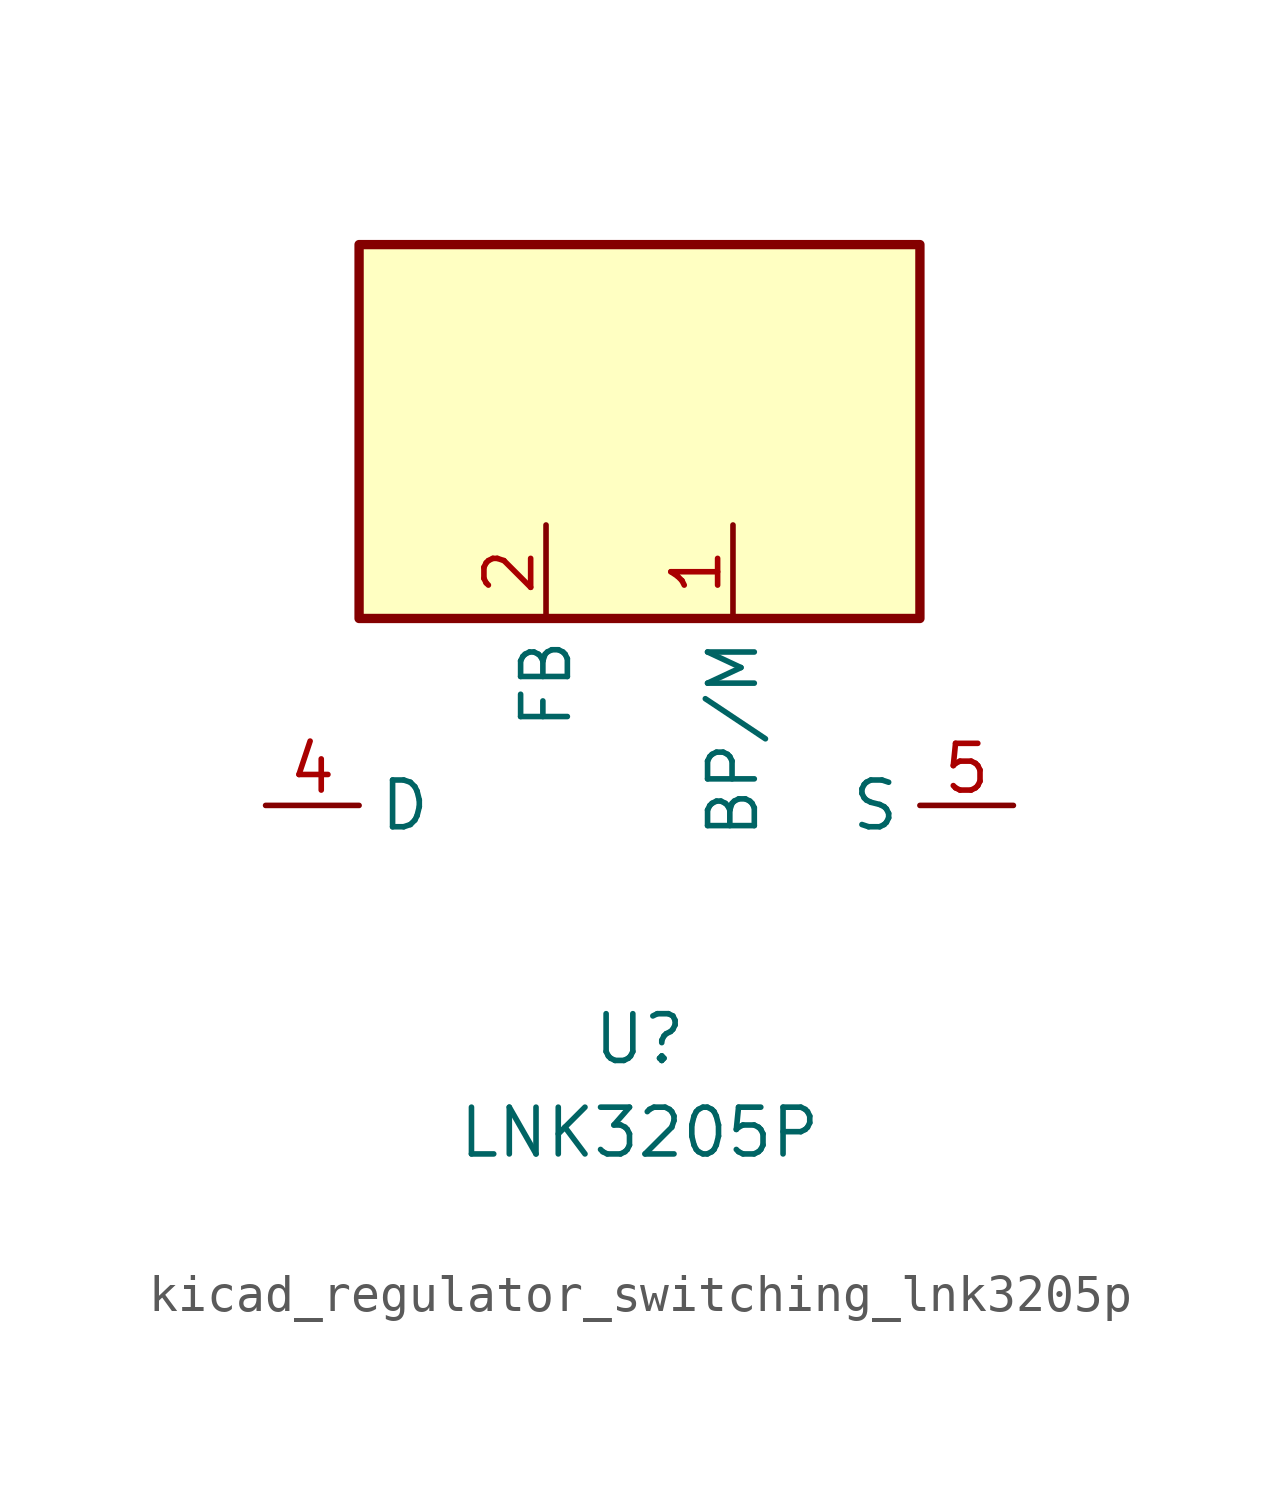
<source format=kicad_sym>
(kicad_symbol_lib
  (version 20220914)
  (generator kicad_symbol_editor)
  (symbol "kicad_regulator_switching_lnk3205p"
    (property "Reference" "U"
      (at 0 -6.35 0)
      (effects (font (size 1.27 1.27))))
    (property "Value" "LNK3205P"
      (at 0 -8.89 0)
      (effects (font (size 1.27 1.27))))
    (symbol "kicad_regulator_switching_lnk3205p_0_1"
      (rectangle (start 7.62 15.24) (end -7.62 5.08) (stroke (width 0.254) (type default)) (fill (type background))))
    (symbol "kicad_regulator_switching_lnk3205p_1_1"
      (pin input line (at 2.54 7.62 270) (length 2.54) (name "BP/M" (effects (font (size 1.27 1.27)))) (number "1" (effects (font (size 1.27 1.27)))))
      (pin input line (at -2.54 7.62 270) (length 2.54) (name "FB" (effects (font (size 1.27 1.27)))) (number "2" (effects (font (size 1.27 1.27)))))
      (pin open_collector line (at -10.16 0 0) (length 2.54) (name "D" (effects (font (size 1.27 1.27)))) (number "4" (effects (font (size 1.27 1.27)))))
      (pin power_in line (at 10.16 0 180) (length 2.54) (name "S" (effects (font (size 1.27 1.27)))) (number "5" (effects (font (size 1.27 1.27)))))
      (pin passive line (at 10.16 0 180) (length 2.54) hide (name "S" (effects (font (size 1.27 1.27)))) (number "6" (effects (font (size 1.27 1.27)))))
      (pin passive line (at 10.16 0 180) (length 2.54) hide (name "S" (effects (font (size 1.27 1.27)))) (number "7" (effects (font (size 1.27 1.27)))))
      (pin passive line (at 10.16 0 180) (length 2.54) hide (name "S" (effects (font (size 1.27 1.27)))) (number "8" (effects (font (size 1.27 1.27))))))))
</source>
